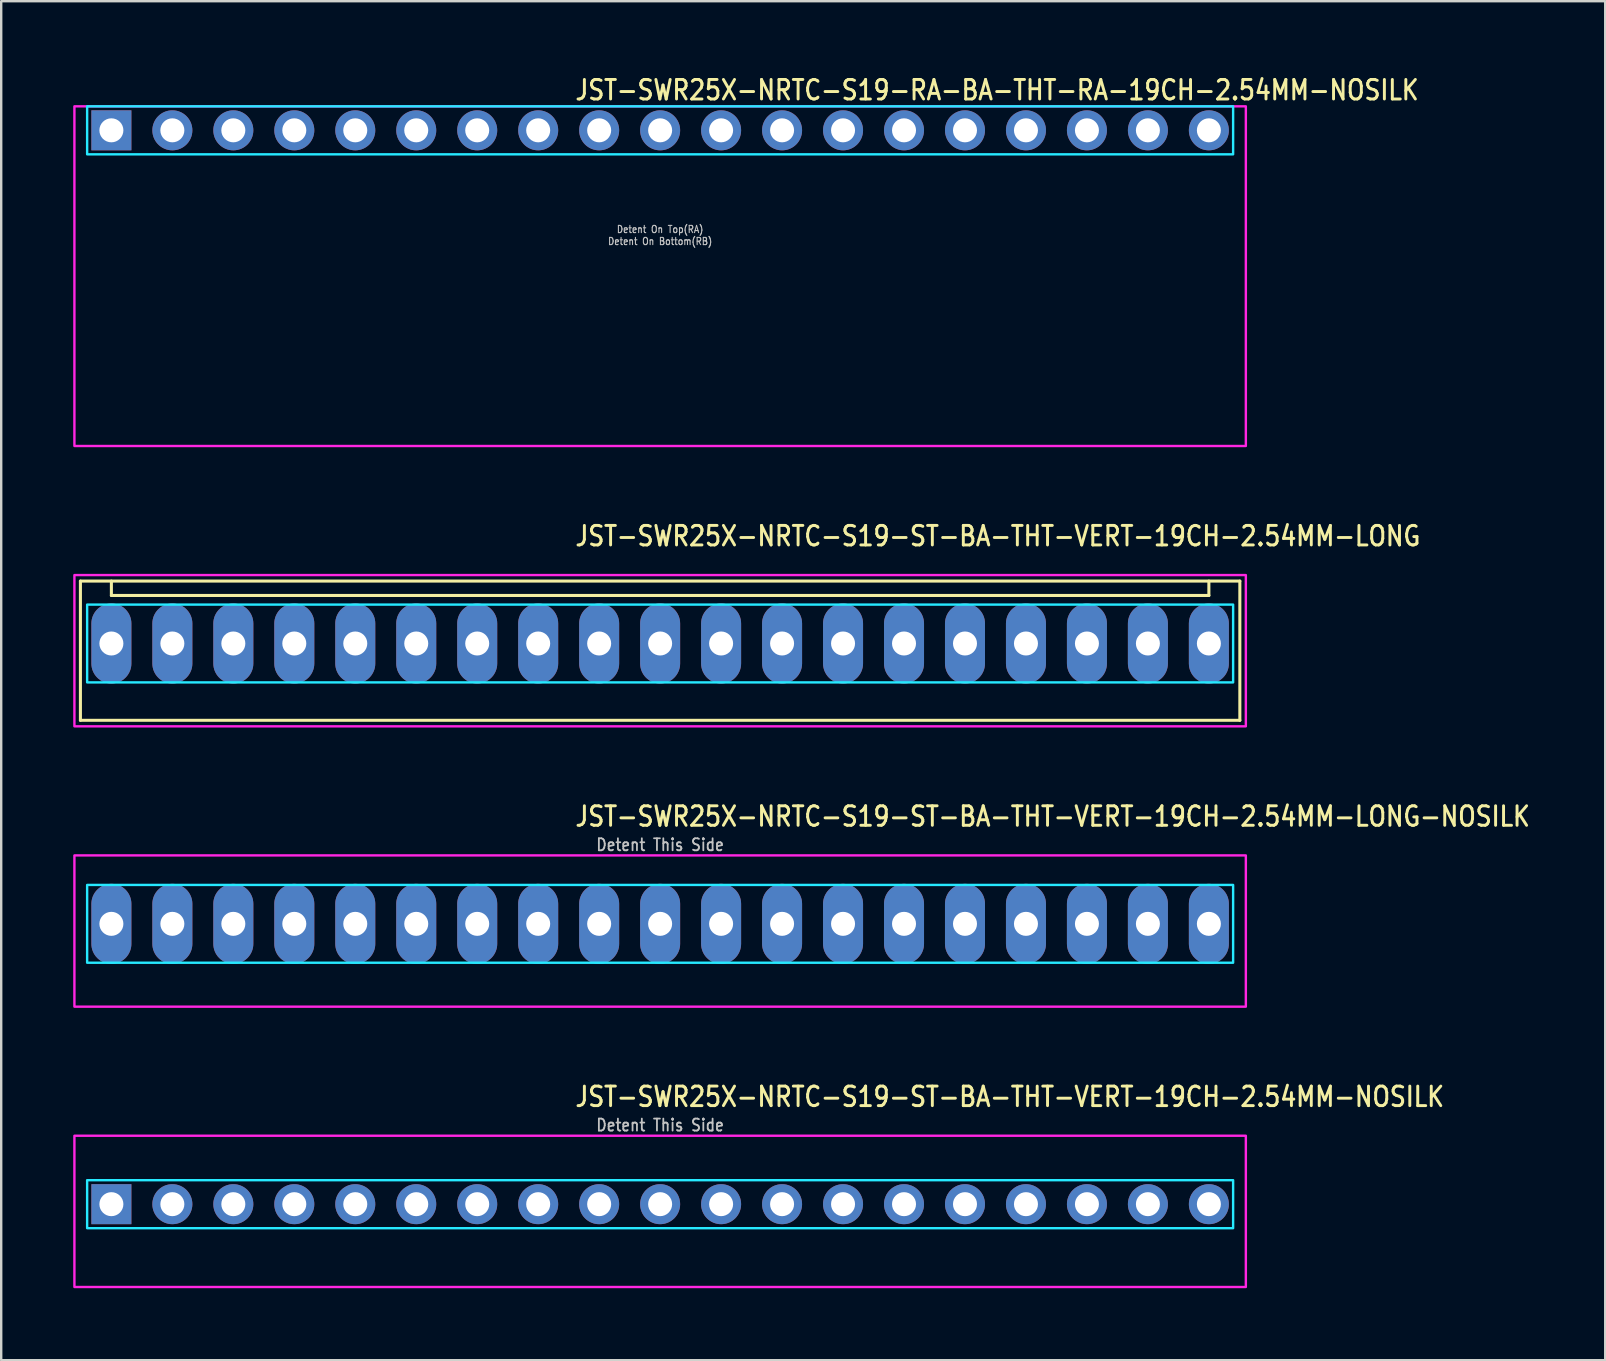
<source format=kicad_pcb>
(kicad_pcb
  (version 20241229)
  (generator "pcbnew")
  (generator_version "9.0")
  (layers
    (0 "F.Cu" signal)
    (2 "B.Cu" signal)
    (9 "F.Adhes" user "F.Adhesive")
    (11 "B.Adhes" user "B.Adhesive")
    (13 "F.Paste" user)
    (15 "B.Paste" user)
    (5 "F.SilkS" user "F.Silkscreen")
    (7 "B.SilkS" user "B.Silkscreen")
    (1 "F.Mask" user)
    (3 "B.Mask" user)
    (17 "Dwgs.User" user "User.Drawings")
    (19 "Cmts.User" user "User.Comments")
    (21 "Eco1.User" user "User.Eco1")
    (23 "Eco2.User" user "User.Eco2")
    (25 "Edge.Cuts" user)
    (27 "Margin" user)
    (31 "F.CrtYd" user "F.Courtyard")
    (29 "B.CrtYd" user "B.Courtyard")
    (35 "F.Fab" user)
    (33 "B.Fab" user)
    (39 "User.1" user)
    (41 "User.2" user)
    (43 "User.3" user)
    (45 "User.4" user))
  (footprint "JST-SWR25X-NRTC-S19-ST-BA-THT-VERT-19CH-2.54MM-NOSILK"
    (layer "F.Cu")
    (at 24.45 47.114)
    (property "Reference" "JST-SWR25X-NRTC-S19-ST-BA-THT-VERT-19CH-2.54MM-NOSILK" (at -3.6 -4 0) (unlocked yes) (layer "F.SilkS") (effects (font (size 0.813 0.695) (thickness 0.122)) (justify left bottom)))
    (fp_poly (pts (xy -23.87 -1) (xy -23.87 1) (xy 23.87 1) (xy 23.87 -1)) (stroke (width 0.1) (type solid)) (fill no) (layer "B.CrtYd"))
    (fp_poly (pts (xy -24.4 -2.85) (xy -24.4 3.45) (xy 24.4 3.45) (xy 24.4 -2.85)) (stroke (width 0.1) (type solid)) (fill no) (layer "F.CrtYd"))
    (fp_text user "Detent This Side" (at 0 -3 0) (unlocked yes) (layer "Dwgs.User") (effects (font (size 0.5 0.427) (thickness 0.075)) (justify bottom)))
    (pad "1" thru_hole rect (at -22.86 0) (size 1.667 1.667) (drill 1) (layers "*.Cu" "*.Mask"))
    (pad "2" thru_hole oval (at -20.32 0) (size 1.667 1.667) (drill 1) (layers "*.Cu" "*.Mask"))
    (pad "3" thru_hole oval (at -17.78 0) (size 1.667 1.667) (drill 1) (layers "*.Cu" "*.Mask"))
    (pad "4" thru_hole oval (at -15.24 0) (size 1.667 1.667) (drill 1) (layers "*.Cu" "*.Mask"))
    (pad "5" thru_hole oval (at -12.7 0) (size 1.667 1.667) (drill 1) (layers "*.Cu" "*.Mask"))
    (pad "6" thru_hole oval (at -10.16 0) (size 1.667 1.667) (drill 1) (layers "*.Cu" "*.Mask"))
    (pad "7" thru_hole oval (at -7.62 0) (size 1.667 1.667) (drill 1) (layers "*.Cu" "*.Mask"))
    (pad "8" thru_hole oval (at -5.08 0) (size 1.667 1.667) (drill 1) (layers "*.Cu" "*.Mask"))
    (pad "9" thru_hole oval (at -2.54 0) (size 1.667 1.667) (drill 1) (layers "*.Cu" "*.Mask"))
    (pad "10" thru_hole oval (at 0 0) (size 1.667 1.667) (drill 1) (layers "*.Cu" "*.Mask"))
    (pad "11" thru_hole oval (at 2.54 0) (size 1.667 1.667) (drill 1) (layers "*.Cu" "*.Mask"))
    (pad "12" thru_hole oval (at 5.08 0) (size 1.667 1.667) (drill 1) (layers "*.Cu" "*.Mask"))
    (pad "13" thru_hole oval (at 7.62 0) (size 1.667 1.667) (drill 1) (layers "*.Cu" "*.Mask"))
    (pad "14" thru_hole oval (at 10.16 0) (size 1.667 1.667) (drill 1) (layers "*.Cu" "*.Mask"))
    (pad "15" thru_hole oval (at 12.7 0) (size 1.667 1.667) (drill 1) (layers "*.Cu" "*.Mask"))
    (pad "16" thru_hole oval (at 15.24 0) (size 1.667 1.667) (drill 1) (layers "*.Cu" "*.Mask"))
    (pad "17" thru_hole oval (at 17.78 0) (size 1.667 1.667) (drill 1) (layers "*.Cu" "*.Mask"))
    (pad "18" thru_hole oval (at 20.32 0) (size 1.667 1.667) (drill 1) (layers "*.Cu" "*.Mask"))
    (pad "19" thru_hole oval (at 22.86 0) (size 1.667 1.667) (drill 1) (layers "*.Cu" "*.Mask")))
  (footprint "JST-SWR25X-NRTC-S19-ST-BA-THT-VERT-19CH-2.54MM-LONG"
    (layer "F.Cu")
    (at 24.45 23.757)
    (property "Reference" "JST-SWR25X-NRTC-S19-ST-BA-THT-VERT-19CH-2.54MM-LONG" (at -3.6 -4 0) (unlocked yes) (layer "F.SilkS") (effects (font (size 0.813 0.695) (thickness 0.122)) (justify left bottom)))
    (fp_line (start -24.15 -2.6) (end 24.15 -2.6) (stroke (width 0.127) (type solid)) (layer "F.SilkS"))
    (fp_line (start -24.15 3.2) (end -24.15 -2.6) (stroke (width 0.127) (type solid)) (layer "F.SilkS"))
    (fp_line (start -24.15 3.2) (end 24.15 3.2) (stroke (width 0.127) (type solid)) (layer "F.SilkS"))
    (fp_line (start -22.86 -2.6) (end -22.86 -2) (stroke (width 0.127) (type solid)) (layer "F.SilkS"))
    (fp_line (start -22.86 -2) (end 22.86 -2) (stroke (width 0.127) (type solid)) (layer "F.SilkS"))
    (fp_line (start 22.86 -2.6) (end 22.86 -2) (stroke (width 0.127) (type solid)) (layer "F.SilkS"))
    (fp_line (start 24.15 -2.6) (end 24.15 3.2) (stroke (width 0.127) (type solid)) (layer "F.SilkS"))
    (fp_poly (pts (xy -23.87 -1.62) (xy -23.87 1.62) (xy 23.87 1.62) (xy 23.87 -1.62)) (stroke (width 0.1) (type solid)) (fill no) (layer "B.CrtYd"))
    (fp_poly (pts (xy -24.4 -2.85) (xy -24.4 3.45) (xy 24.4 3.45) (xy 24.4 -2.85)) (stroke (width 0.1) (type solid)) (fill no) (layer "F.CrtYd"))
    (pad "1" thru_hole oval (at -22.86 0 90) (size 3.333 1.667) (drill 1) (layers "*.Cu" "*.Mask"))
    (pad "2" thru_hole oval (at -20.32 0 90) (size 3.333 1.667) (drill 1) (layers "*.Cu" "*.Mask"))
    (pad "3" thru_hole oval (at -17.78 0 90) (size 3.333 1.667) (drill 1) (layers "*.Cu" "*.Mask"))
    (pad "4" thru_hole oval (at -15.24 0 90) (size 3.333 1.667) (drill 1) (layers "*.Cu" "*.Mask"))
    (pad "5" thru_hole oval (at -12.7 0 90) (size 3.333 1.667) (drill 1) (layers "*.Cu" "*.Mask"))
    (pad "6" thru_hole oval (at -10.16 0 90) (size 3.333 1.667) (drill 1) (layers "*.Cu" "*.Mask"))
    (pad "7" thru_hole oval (at -7.62 0 90) (size 3.333 1.667) (drill 1) (layers "*.Cu" "*.Mask"))
    (pad "8" thru_hole oval (at -5.08 0 90) (size 3.333 1.667) (drill 1) (layers "*.Cu" "*.Mask"))
    (pad "9" thru_hole oval (at -2.54 0 90) (size 3.333 1.667) (drill 1) (layers "*.Cu" "*.Mask"))
    (pad "10" thru_hole oval (at 0 0 90) (size 3.333 1.667) (drill 1) (layers "*.Cu" "*.Mask"))
    (pad "11" thru_hole oval (at 2.54 0 90) (size 3.333 1.667) (drill 1) (layers "*.Cu" "*.Mask"))
    (pad "12" thru_hole oval (at 5.08 0 90) (size 3.333 1.667) (drill 1) (layers "*.Cu" "*.Mask"))
    (pad "13" thru_hole oval (at 7.62 0 90) (size 3.333 1.667) (drill 1) (layers "*.Cu" "*.Mask"))
    (pad "14" thru_hole oval (at 10.16 0 90) (size 3.333 1.667) (drill 1) (layers "*.Cu" "*.Mask"))
    (pad "15" thru_hole oval (at 12.7 0 90) (size 3.333 1.667) (drill 1) (layers "*.Cu" "*.Mask"))
    (pad "16" thru_hole oval (at 15.24 0 90) (size 3.333 1.667) (drill 1) (layers "*.Cu" "*.Mask"))
    (pad "17" thru_hole oval (at 17.78 0 90) (size 3.333 1.667) (drill 1) (layers "*.Cu" "*.Mask"))
    (pad "18" thru_hole oval (at 20.32 0 90) (size 3.333 1.667) (drill 1) (layers "*.Cu" "*.Mask"))
    (pad "19" thru_hole oval (at 22.86 0 90) (size 3.333 1.667) (drill 1) (layers "*.Cu" "*.Mask")))
  (footprint "JST-SWR25X-NRTC-S19-RA-BA-THT-RA-19CH-2.54MM-NOSILK"
    (layer "F.Cu")
    (at 24.45 2.379)
    (property "Reference" "JST-SWR25X-NRTC-S19-RA-BA-THT-RA-19CH-2.54MM-NOSILK" (at -3.6 -1.2 0) (unlocked yes) (layer "F.SilkS") (effects (font (size 0.813 0.695) (thickness 0.122)) (justify left bottom)))
    (fp_poly (pts (xy -23.87 -1) (xy -23.87 1) (xy 23.87 1) (xy 23.87 -1)) (stroke (width 0.1) (type solid)) (fill no) (layer "B.CrtYd"))
    (fp_poly (pts (xy -24.4 -1) (xy -24.4 13.15) (xy 24.4 13.15) (xy 24.4 -1)) (stroke (width 0.1) (type solid)) (fill no) (layer "F.CrtYd"))
    (fp_text user "Detent On Top(RA)" (at 0 4.3 0) (unlocked yes) (layer "Dwgs.User") (effects (font (size 0.3 0.257) (thickness 0.045)) (justify bottom)))
    (fp_text user "Detent On Bottom(RB)" (at 0 4.8 0) (unlocked yes) (layer "Dwgs.User") (effects (font (size 0.3 0.257) (thickness 0.045)) (justify bottom)))
    (pad "1" thru_hole rect (at -22.86 0) (size 1.667 1.667) (drill 1) (layers "*.Cu" "*.Mask"))
    (pad "2" thru_hole oval (at -20.32 0) (size 1.667 1.667) (drill 1) (layers "*.Cu" "*.Mask"))
    (pad "3" thru_hole oval (at -17.78 0) (size 1.667 1.667) (drill 1) (layers "*.Cu" "*.Mask"))
    (pad "4" thru_hole oval (at -15.24 0) (size 1.667 1.667) (drill 1) (layers "*.Cu" "*.Mask"))
    (pad "5" thru_hole oval (at -12.7 0) (size 1.667 1.667) (drill 1) (layers "*.Cu" "*.Mask"))
    (pad "6" thru_hole oval (at -10.16 0) (size 1.667 1.667) (drill 1) (layers "*.Cu" "*.Mask"))
    (pad "7" thru_hole oval (at -7.62 0) (size 1.667 1.667) (drill 1) (layers "*.Cu" "*.Mask"))
    (pad "8" thru_hole oval (at -5.08 0) (size 1.667 1.667) (drill 1) (layers "*.Cu" "*.Mask"))
    (pad "9" thru_hole oval (at -2.54 0) (size 1.667 1.667) (drill 1) (layers "*.Cu" "*.Mask"))
    (pad "10" thru_hole oval (at 0 0) (size 1.667 1.667) (drill 1) (layers "*.Cu" "*.Mask"))
    (pad "11" thru_hole oval (at 2.54 0) (size 1.667 1.667) (drill 1) (layers "*.Cu" "*.Mask"))
    (pad "12" thru_hole oval (at 5.08 0) (size 1.667 1.667) (drill 1) (layers "*.Cu" "*.Mask"))
    (pad "13" thru_hole oval (at 7.62 0) (size 1.667 1.667) (drill 1) (layers "*.Cu" "*.Mask"))
    (pad "14" thru_hole oval (at 10.16 0) (size 1.667 1.667) (drill 1) (layers "*.Cu" "*.Mask"))
    (pad "15" thru_hole oval (at 12.7 0) (size 1.667 1.667) (drill 1) (layers "*.Cu" "*.Mask"))
    (pad "16" thru_hole oval (at 15.24 0) (size 1.667 1.667) (drill 1) (layers "*.Cu" "*.Mask"))
    (pad "17" thru_hole oval (at 17.78 0) (size 1.667 1.667) (drill 1) (layers "*.Cu" "*.Mask"))
    (pad "18" thru_hole oval (at 20.32 0) (size 1.667 1.667) (drill 1) (layers "*.Cu" "*.Mask"))
    (pad "19" thru_hole oval (at 22.86 0) (size 1.667 1.667) (drill 1) (layers "*.Cu" "*.Mask")))
  (footprint "JST-SWR25X-NRTC-S19-ST-BA-THT-VERT-19CH-2.54MM-LONG-NOSILK"
    (layer "F.Cu")
    (at 24.45 35.436)
    (property "Reference" "JST-SWR25X-NRTC-S19-ST-BA-THT-VERT-19CH-2.54MM-LONG-NOSILK" (at -3.6 -4 0) (unlocked yes) (layer "F.SilkS") (effects (font (size 0.813 0.695) (thickness 0.122)) (justify left bottom)))
    (fp_poly (pts (xy -23.87 -1.62) (xy -23.87 1.62) (xy 23.87 1.62) (xy 23.87 -1.62)) (stroke (width 0.1) (type solid)) (fill no) (layer "B.CrtYd"))
    (fp_poly (pts (xy -24.4 -2.85) (xy -24.4 3.45) (xy 24.4 3.45) (xy 24.4 -2.85)) (stroke (width 0.1) (type solid)) (fill no) (layer "F.CrtYd"))
    (fp_text user "Detent This Side" (at 0 -3 0) (unlocked yes) (layer "Dwgs.User") (effects (font (size 0.5 0.427) (thickness 0.075)) (justify bottom)))
    (pad "P$1" thru_hole oval (at -22.86 0 90) (size 3.333 1.667) (drill 1) (layers "*.Cu" "*.Mask"))
    (pad "P$2" thru_hole oval (at -20.32 0 90) (size 3.333 1.667) (drill 1) (layers "*.Cu" "*.Mask"))
    (pad "P$3" thru_hole oval (at -17.78 0 90) (size 3.333 1.667) (drill 1) (layers "*.Cu" "*.Mask"))
    (pad "P$4" thru_hole oval (at -15.24 0 90) (size 3.333 1.667) (drill 1) (layers "*.Cu" "*.Mask"))
    (pad "P$5" thru_hole oval (at -12.7 0 90) (size 3.333 1.667) (drill 1) (layers "*.Cu" "*.Mask"))
    (pad "P$6" thru_hole oval (at -10.16 0 90) (size 3.333 1.667) (drill 1) (layers "*.Cu" "*.Mask"))
    (pad "P$7" thru_hole oval (at -7.62 0 90) (size 3.333 1.667) (drill 1) (layers "*.Cu" "*.Mask"))
    (pad "P$8" thru_hole oval (at -5.08 0 90) (size 3.333 1.667) (drill 1) (layers "*.Cu" "*.Mask"))
    (pad "P$9" thru_hole oval (at -2.54 0 90) (size 3.333 1.667) (drill 1) (layers "*.Cu" "*.Mask"))
    (pad "P$10" thru_hole oval (at 0 0 90) (size 3.333 1.667) (drill 1) (layers "*.Cu" "*.Mask"))
    (pad "P$11" thru_hole oval (at 2.54 0 90) (size 3.333 1.667) (drill 1) (layers "*.Cu" "*.Mask"))
    (pad "P$12" thru_hole oval (at 5.08 0 90) (size 3.333 1.667) (drill 1) (layers "*.Cu" "*.Mask"))
    (pad "P$13" thru_hole oval (at 7.62 0 90) (size 3.333 1.667) (drill 1) (layers "*.Cu" "*.Mask"))
    (pad "P$14" thru_hole oval (at 10.16 0 90) (size 3.333 1.667) (drill 1) (layers "*.Cu" "*.Mask"))
    (pad "P$15" thru_hole oval (at 12.7 0 90) (size 3.333 1.667) (drill 1) (layers "*.Cu" "*.Mask"))
    (pad "P$16" thru_hole oval (at 15.24 0 90) (size 3.333 1.667) (drill 1) (layers "*.Cu" "*.Mask"))
    (pad "P$17" thru_hole oval (at 17.78 0 90) (size 3.333 1.667) (drill 1) (layers "*.Cu" "*.Mask"))
    (pad "P$18" thru_hole oval (at 20.32 0 90) (size 3.333 1.667) (drill 1) (layers "*.Cu" "*.Mask"))
    (pad "P$19" thru_hole oval (at 22.86 0 90) (size 3.333 1.667) (drill 1) (layers "*.Cu" "*.Mask")))
  (gr_rect
    (start -3 -3)
    (end 63.821 53.614)
    (stroke (width 0.1) (type default))
    (fill no)
    (layer "Edge.Cuts")))
</source>
